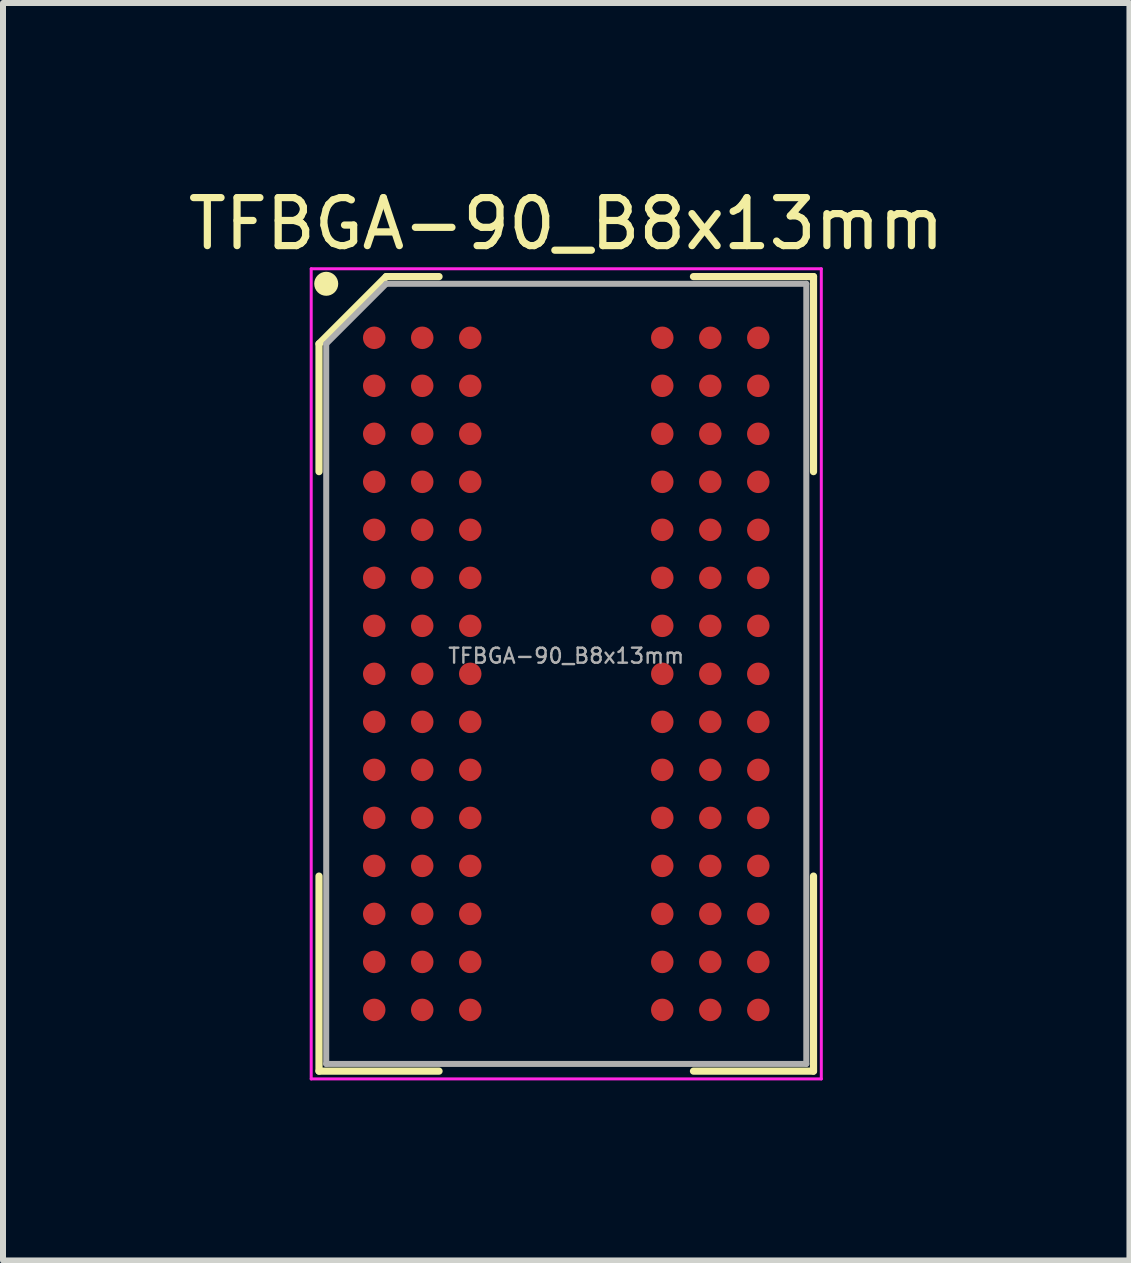
<source format=kicad_pcb>
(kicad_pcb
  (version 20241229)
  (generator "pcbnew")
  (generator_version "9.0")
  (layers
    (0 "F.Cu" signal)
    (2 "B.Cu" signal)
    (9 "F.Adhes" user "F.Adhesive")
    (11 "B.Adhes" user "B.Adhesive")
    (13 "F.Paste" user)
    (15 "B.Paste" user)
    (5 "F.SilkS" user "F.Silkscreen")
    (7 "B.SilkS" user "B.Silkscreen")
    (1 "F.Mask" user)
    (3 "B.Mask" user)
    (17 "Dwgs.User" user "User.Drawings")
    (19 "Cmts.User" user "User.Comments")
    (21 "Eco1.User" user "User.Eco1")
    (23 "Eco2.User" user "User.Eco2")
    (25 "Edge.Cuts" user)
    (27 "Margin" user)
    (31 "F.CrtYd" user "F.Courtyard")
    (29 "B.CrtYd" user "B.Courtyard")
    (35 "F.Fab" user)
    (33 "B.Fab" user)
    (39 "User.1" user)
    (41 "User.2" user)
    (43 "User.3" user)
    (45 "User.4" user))
  (footprint "TFBGA-90_B8x13mm"
    (layer "F.Cu")
    (at 6.386 8.179)
    (property "Reference" "TFBGA-90_B8x13mm" (at 0 -7.5 0) (layer "F.SilkS") (effects (font (size 0.8 0.8) (thickness 0.12))))
    (attr smd)
    (fp_line (start -4.12 -5.5) (end -4.12 -3.37) (stroke (width 0.12) (type default)) (layer "F.SilkS"))
    (fp_line (start -4.12 6.62) (end -4.12 3.37) (stroke (width 0.12) (type default)) (layer "F.SilkS"))
    (fp_line (start -3 -6.62) (end -4.12 -5.5) (stroke (width 0.12) (type default)) (layer "F.SilkS"))
    (fp_line (start -2.12 -6.62) (end -3 -6.62) (stroke (width 0.12) (type default)) (layer "F.SilkS"))
    (fp_line (start -2.12 6.62) (end -4.12 6.62) (stroke (width 0.12) (type default)) (layer "F.SilkS"))
    (fp_line (start 2.12 -6.62) (end 4.12 -6.62) (stroke (width 0.12) (type default)) (layer "F.SilkS"))
    (fp_line (start 2.12 6.62) (end 4.12 6.62) (stroke (width 0.12) (type default)) (layer "F.SilkS"))
    (fp_line (start 4.12 -6.62) (end 4.12 -3.37) (stroke (width 0.12) (type default)) (layer "F.SilkS"))
    (fp_line (start 4.12 6.62) (end 4.12 3.37) (stroke (width 0.12) (type default)) (layer "F.SilkS"))
    (fp_circle (center -4 -6.5) (end -3.8 -6.5) (stroke (width 0) (type default)) (fill yes) (layer "F.SilkS"))
    (fp_line (start -4.25 -6.75) (end 4.25 -6.75) (stroke (width 0.05) (type default)) (layer "F.CrtYd"))
    (fp_line (start -4.25 6.75) (end -4.25 -6.75) (stroke (width 0.05) (type default)) (layer "F.CrtYd"))
    (fp_line (start 4.25 -6.75) (end 4.25 6.75) (stroke (width 0.05) (type default)) (layer "F.CrtYd"))
    (fp_line (start 4.25 6.75) (end -4.25 6.75) (stroke (width 0.05) (type default)) (layer "F.CrtYd"))
    (fp_line (start -4 -5.5) (end -4 6.5) (stroke (width 0.1) (type default)) (layer "F.Fab"))
    (fp_line (start -4 6.5) (end 4 6.5) (stroke (width 0.1) (type default)) (layer "F.Fab"))
    (fp_line (start -3 -6.5) (end -4 -5.5) (stroke (width 0.1) (type default)) (layer "F.Fab"))
    (fp_line (start 4 -6.5) (end -3 -6.5) (stroke (width 0.1) (type default)) (layer "F.Fab"))
    (fp_line (start 4 6.5) (end 4 -6.5) (stroke (width 0.1) (type default)) (layer "F.Fab"))
    (fp_text user "${REFERENCE}" (at 0 -0.3 0) (layer "F.Fab") (effects (font (size 0.25 0.25) (thickness 0.04))))
    (pad "A1" smd circle (at -3.2 -5.6) (size 0.375 0.375) (layers "F.Cu" "F.Mask" "F.Paste"))
    (pad "A2" smd circle (at -2.4 -5.6) (size 0.375 0.375) (layers "F.Cu" "F.Mask" "F.Paste"))
    (pad "A3" smd circle (at -1.6 -5.6) (size 0.375 0.375) (layers "F.Cu" "F.Mask" "F.Paste"))
    (pad "A7" smd circle (at 1.6 -5.6) (size 0.375 0.375) (layers "F.Cu" "F.Mask" "F.Paste"))
    (pad "A8" smd circle (at 2.4 -5.6) (size 0.375 0.375) (layers "F.Cu" "F.Mask" "F.Paste"))
    (pad "A9" smd circle (at 3.2 -5.6) (size 0.375 0.375) (layers "F.Cu" "F.Mask" "F.Paste"))
    (pad "B1" smd circle (at -3.2 -4.8) (size 0.375 0.375) (layers "F.Cu" "F.Mask" "F.Paste"))
    (pad "B2" smd circle (at -2.4 -4.8) (size 0.375 0.375) (layers "F.Cu" "F.Mask" "F.Paste"))
    (pad "B3" smd circle (at -1.6 -4.8) (size 0.375 0.375) (layers "F.Cu" "F.Mask" "F.Paste"))
    (pad "B7" smd circle (at 1.6 -4.8) (size 0.375 0.375) (layers "F.Cu" "F.Mask" "F.Paste"))
    (pad "B8" smd circle (at 2.4 -4.8) (size 0.375 0.375) (layers "F.Cu" "F.Mask" "F.Paste"))
    (pad "B9" smd circle (at 3.2 -4.8) (size 0.375 0.375) (layers "F.Cu" "F.Mask" "F.Paste"))
    (pad "C1" smd circle (at -3.2 -4) (size 0.375 0.375) (layers "F.Cu" "F.Mask" "F.Paste"))
    (pad "C2" smd circle (at -2.4 -4) (size 0.375 0.375) (layers "F.Cu" "F.Mask" "F.Paste"))
    (pad "C3" smd circle (at -1.6 -4) (size 0.375 0.375) (layers "F.Cu" "F.Mask" "F.Paste"))
    (pad "C7" smd circle (at 1.6 -4) (size 0.375 0.375) (layers "F.Cu" "F.Mask" "F.Paste"))
    (pad "C8" smd circle (at 2.4 -4) (size 0.375 0.375) (layers "F.Cu" "F.Mask" "F.Paste"))
    (pad "C9" smd circle (at 3.2 -4) (size 0.375 0.375) (layers "F.Cu" "F.Mask" "F.Paste"))
    (pad "D1" smd circle (at -3.2 -3.2) (size 0.375 0.375) (layers "F.Cu" "F.Mask" "F.Paste"))
    (pad "D2" smd circle (at -2.4 -3.2) (size 0.375 0.375) (layers "F.Cu" "F.Mask" "F.Paste"))
    (pad "D3" smd circle (at -1.6 -3.2) (size 0.375 0.375) (layers "F.Cu" "F.Mask" "F.Paste"))
    (pad "D7" smd circle (at 1.6 -3.2) (size 0.375 0.375) (layers "F.Cu" "F.Mask" "F.Paste"))
    (pad "D8" smd circle (at 2.4 -3.2) (size 0.375 0.375) (layers "F.Cu" "F.Mask" "F.Paste"))
    (pad "D9" smd circle (at 3.2 -3.2) (size 0.375 0.375) (layers "F.Cu" "F.Mask" "F.Paste"))
    (pad "E1" smd circle (at -3.2 -2.4) (size 0.375 0.375) (layers "F.Cu" "F.Mask" "F.Paste"))
    (pad "E2" smd circle (at -2.4 -2.4) (size 0.375 0.375) (layers "F.Cu" "F.Mask" "F.Paste"))
    (pad "E3" smd circle (at -1.6 -2.4) (size 0.375 0.375) (layers "F.Cu" "F.Mask" "F.Paste"))
    (pad "E7" smd circle (at 1.6 -2.4) (size 0.375 0.375) (layers "F.Cu" "F.Mask" "F.Paste"))
    (pad "E8" smd circle (at 2.4 -2.4) (size 0.375 0.375) (layers "F.Cu" "F.Mask" "F.Paste"))
    (pad "E9" smd circle (at 3.2 -2.4) (size 0.375 0.375) (layers "F.Cu" "F.Mask" "F.Paste"))
    (pad "F1" smd circle (at -3.2 -1.6) (size 0.375 0.375) (layers "F.Cu" "F.Mask" "F.Paste"))
    (pad "F2" smd circle (at -2.4 -1.6) (size 0.375 0.375) (layers "F.Cu" "F.Mask" "F.Paste"))
    (pad "F3" smd circle (at -1.6 -1.6) (size 0.375 0.375) (layers "F.Cu" "F.Mask" "F.Paste"))
    (pad "F7" smd circle (at 1.6 -1.6) (size 0.375 0.375) (layers "F.Cu" "F.Mask" "F.Paste"))
    (pad "F8" smd circle (at 2.4 -1.6) (size 0.375 0.375) (layers "F.Cu" "F.Mask" "F.Paste"))
    (pad "F9" smd circle (at 3.2 -1.6) (size 0.375 0.375) (layers "F.Cu" "F.Mask" "F.Paste"))
    (pad "G1" smd circle (at -3.2 -0.8) (size 0.375 0.375) (layers "F.Cu" "F.Mask" "F.Paste"))
    (pad "G2" smd circle (at -2.4 -0.8) (size 0.375 0.375) (layers "F.Cu" "F.Mask" "F.Paste"))
    (pad "G3" smd circle (at -1.6 -0.8) (size 0.375 0.375) (layers "F.Cu" "F.Mask" "F.Paste"))
    (pad "G7" smd circle (at 1.6 -0.8) (size 0.375 0.375) (layers "F.Cu" "F.Mask" "F.Paste"))
    (pad "G8" smd circle (at 2.4 -0.8) (size 0.375 0.375) (layers "F.Cu" "F.Mask" "F.Paste"))
    (pad "G9" smd circle (at 3.2 -0.8) (size 0.375 0.375) (layers "F.Cu" "F.Mask" "F.Paste"))
    (pad "H1" smd circle (at -3.2 0) (size 0.375 0.375) (layers "F.Cu" "F.Mask" "F.Paste"))
    (pad "H2" smd circle (at -2.4 0) (size 0.375 0.375) (layers "F.Cu" "F.Mask" "F.Paste"))
    (pad "H3" smd circle (at -1.6 0) (size 0.375 0.375) (layers "F.Cu" "F.Mask" "F.Paste"))
    (pad "H7" smd circle (at 1.6 0) (size 0.375 0.375) (layers "F.Cu" "F.Mask" "F.Paste"))
    (pad "H8" smd circle (at 2.4 0) (size 0.375 0.375) (layers "F.Cu" "F.Mask" "F.Paste"))
    (pad "H9" smd circle (at 3.2 0) (size 0.375 0.375) (layers "F.Cu" "F.Mask" "F.Paste"))
    (pad "J1" smd circle (at -3.2 0.8) (size 0.375 0.375) (layers "F.Cu" "F.Mask" "F.Paste"))
    (pad "J2" smd circle (at -2.4 0.8) (size 0.375 0.375) (layers "F.Cu" "F.Mask" "F.Paste"))
    (pad "J3" smd circle (at -1.6 0.8) (size 0.375 0.375) (layers "F.Cu" "F.Mask" "F.Paste"))
    (pad "J7" smd circle (at 1.6 0.8) (size 0.375 0.375) (layers "F.Cu" "F.Mask" "F.Paste"))
    (pad "J8" smd circle (at 2.4 0.8) (size 0.375 0.375) (layers "F.Cu" "F.Mask" "F.Paste"))
    (pad "J9" smd circle (at 3.2 0.8) (size 0.375 0.375) (layers "F.Cu" "F.Mask" "F.Paste"))
    (pad "K1" smd circle (at -3.2 1.6) (size 0.375 0.375) (layers "F.Cu" "F.Mask" "F.Paste"))
    (pad "K2" smd circle (at -2.4 1.6) (size 0.375 0.375) (layers "F.Cu" "F.Mask" "F.Paste"))
    (pad "K3" smd circle (at -1.6 1.6) (size 0.375 0.375) (layers "F.Cu" "F.Mask" "F.Paste"))
    (pad "K7" smd circle (at 1.6 1.6) (size 0.375 0.375) (layers "F.Cu" "F.Mask" "F.Paste"))
    (pad "K8" smd circle (at 2.4 1.6) (size 0.375 0.375) (layers "F.Cu" "F.Mask" "F.Paste"))
    (pad "K9" smd circle (at 3.2 1.6) (size 0.375 0.375) (layers "F.Cu" "F.Mask" "F.Paste"))
    (pad "L1" smd circle (at -3.2 2.4) (size 0.375 0.375) (layers "F.Cu" "F.Mask" "F.Paste"))
    (pad "L2" smd circle (at -2.4 2.4) (size 0.375 0.375) (layers "F.Cu" "F.Mask" "F.Paste"))
    (pad "L3" smd circle (at -1.6 2.4) (size 0.375 0.375) (layers "F.Cu" "F.Mask" "F.Paste"))
    (pad "L7" smd circle (at 1.6 2.4) (size 0.375 0.375) (layers "F.Cu" "F.Mask" "F.Paste"))
    (pad "L8" smd circle (at 2.4 2.4) (size 0.375 0.375) (layers "F.Cu" "F.Mask" "F.Paste"))
    (pad "L9" smd circle (at 3.2 2.4) (size 0.375 0.375) (layers "F.Cu" "F.Mask" "F.Paste"))
    (pad "M1" smd circle (at -3.2 3.2) (size 0.375 0.375) (layers "F.Cu" "F.Mask" "F.Paste"))
    (pad "M2" smd circle (at -2.4 3.2) (size 0.375 0.375) (layers "F.Cu" "F.Mask" "F.Paste"))
    (pad "M3" smd circle (at -1.6 3.2) (size 0.375 0.375) (layers "F.Cu" "F.Mask" "F.Paste"))
    (pad "M7" smd circle (at 1.6 3.2) (size 0.375 0.375) (layers "F.Cu" "F.Mask" "F.Paste"))
    (pad "M8" smd circle (at 2.4 3.2) (size 0.375 0.375) (layers "F.Cu" "F.Mask" "F.Paste"))
    (pad "M9" smd circle (at 3.2 3.2) (size 0.375 0.375) (layers "F.Cu" "F.Mask" "F.Paste"))
    (pad "N1" smd circle (at -3.2 4) (size 0.375 0.375) (layers "F.Cu" "F.Mask" "F.Paste"))
    (pad "N2" smd circle (at -2.4 4) (size 0.375 0.375) (layers "F.Cu" "F.Mask" "F.Paste"))
    (pad "N3" smd circle (at -1.6 4) (size 0.375 0.375) (layers "F.Cu" "F.Mask" "F.Paste"))
    (pad "N7" smd circle (at 1.6 4) (size 0.375 0.375) (layers "F.Cu" "F.Mask" "F.Paste"))
    (pad "N8" smd circle (at 2.4 4) (size 0.375 0.375) (layers "F.Cu" "F.Mask" "F.Paste"))
    (pad "N9" smd circle (at 3.2 4) (size 0.375 0.375) (layers "F.Cu" "F.Mask" "F.Paste"))
    (pad "P1" smd circle (at -3.2 4.8) (size 0.375 0.375) (layers "F.Cu" "F.Mask" "F.Paste"))
    (pad "P2" smd circle (at -2.4 4.8) (size 0.375 0.375) (layers "F.Cu" "F.Mask" "F.Paste"))
    (pad "P3" smd circle (at -1.6 4.8) (size 0.375 0.375) (layers "F.Cu" "F.Mask" "F.Paste"))
    (pad "P7" smd circle (at 1.6 4.8) (size 0.375 0.375) (layers "F.Cu" "F.Mask" "F.Paste"))
    (pad "P8" smd circle (at 2.4 4.8) (size 0.375 0.375) (layers "F.Cu" "F.Mask" "F.Paste"))
    (pad "P9" smd circle (at 3.2 4.8) (size 0.375 0.375) (layers "F.Cu" "F.Mask" "F.Paste"))
    (pad "R1" smd circle (at -3.2 5.6) (size 0.375 0.375) (layers "F.Cu" "F.Mask" "F.Paste"))
    (pad "R2" smd circle (at -2.4 5.6) (size 0.375 0.375) (layers "F.Cu" "F.Mask" "F.Paste"))
    (pad "R3" smd circle (at -1.6 5.6) (size 0.375 0.375) (layers "F.Cu" "F.Mask" "F.Paste"))
    (pad "R7" smd circle (at 1.6 5.6) (size 0.375 0.375) (layers "F.Cu" "F.Mask" "F.Paste"))
    (pad "R8" smd circle (at 2.4 5.6) (size 0.375 0.375) (layers "F.Cu" "F.Mask" "F.Paste"))
    (pad "R9" smd circle (at 3.2 5.6) (size 0.375 0.375) (layers "F.Cu" "F.Mask" "F.Paste")))
  (gr_rect
    (start -3 -3)
    (end 15.771 17.954)
    (stroke (width 0.1) (type default))
    (fill no)
    (layer "Edge.Cuts")))
</source>
